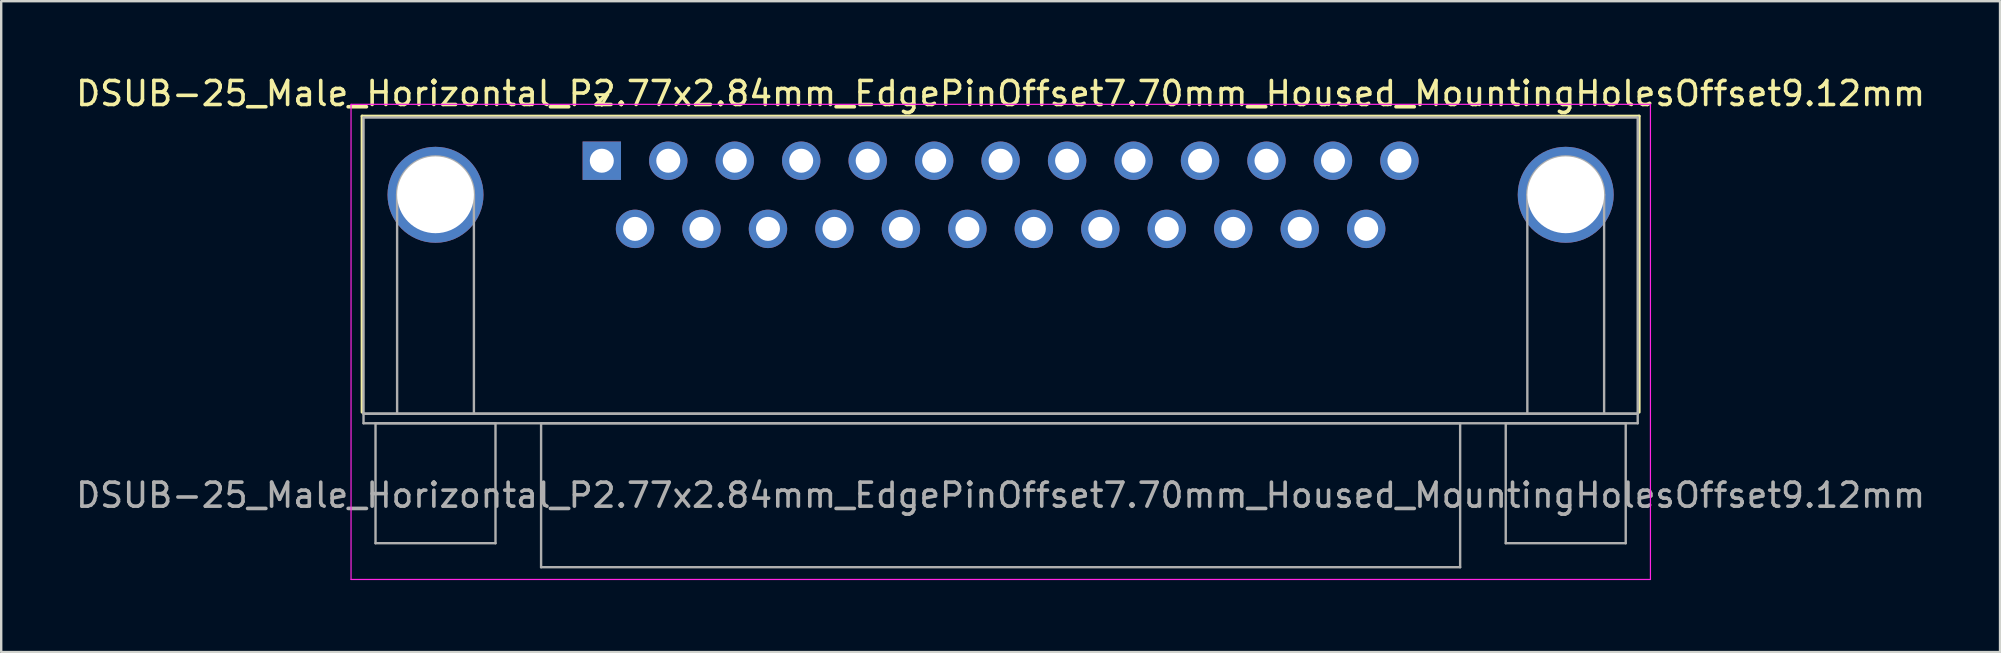
<source format=kicad_pcb>
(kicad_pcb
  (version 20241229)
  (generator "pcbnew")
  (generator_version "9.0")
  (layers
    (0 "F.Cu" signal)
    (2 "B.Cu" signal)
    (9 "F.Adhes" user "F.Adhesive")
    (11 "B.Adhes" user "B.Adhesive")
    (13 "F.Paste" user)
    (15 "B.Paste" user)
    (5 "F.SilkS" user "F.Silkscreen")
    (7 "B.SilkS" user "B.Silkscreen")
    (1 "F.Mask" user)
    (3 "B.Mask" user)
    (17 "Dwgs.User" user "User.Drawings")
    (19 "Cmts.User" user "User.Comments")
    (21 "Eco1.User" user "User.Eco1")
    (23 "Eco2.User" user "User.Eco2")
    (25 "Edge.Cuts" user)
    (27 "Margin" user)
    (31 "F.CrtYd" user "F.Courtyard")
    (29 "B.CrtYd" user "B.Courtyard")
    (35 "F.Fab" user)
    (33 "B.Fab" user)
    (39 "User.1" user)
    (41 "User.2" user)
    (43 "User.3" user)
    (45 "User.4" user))
  (footprint "DSUB-25_Male_Horizontal_P2.77x2.84mm_EdgePinOffset7.70mm_Housed_MountingHolesOffset9.12mm"
    (layer "F.Cu")
    (at 22.029 3.648)
    (property "Reference" "DSUB-25_Male_Horizontal_P2.77x2.84mm_EdgePinOffset7.70mm_Housed_MountingHolesOffset9.12mm" (at 16.62 -2.8 0) (layer "F.SilkS") (effects (font (size 1 1) (thickness 0.15))))
    (attr through_hole)
    (fp_line (start -9.99 -1.86) (end 43.23 -1.86) (stroke (width 0.12) (type solid)) (layer "F.SilkS"))
    (fp_line (start -9.99 10.48) (end -9.99 -1.86) (stroke (width 0.12) (type solid)) (layer "F.SilkS"))
    (fp_line (start -0.25 -2.754) (end 0.25 -2.754) (stroke (width 0.12) (type solid)) (layer "F.SilkS"))
    (fp_line (start 0 -2.321) (end -0.25 -2.754) (stroke (width 0.12) (type solid)) (layer "F.SilkS"))
    (fp_line (start 0.25 -2.754) (end 0 -2.321) (stroke (width 0.12) (type solid)) (layer "F.SilkS"))
    (fp_line (start 43.23 -1.86) (end 43.23 10.48) (stroke (width 0.12) (type solid)) (layer "F.SilkS"))
    (fp_line (start -10.45 -2.35) (end -10.45 17.45) (stroke (width 0.05) (type solid)) (layer "F.CrtYd"))
    (fp_line (start -10.45 17.45) (end 43.7 17.45) (stroke (width 0.05) (type solid)) (layer "F.CrtYd"))
    (fp_line (start 43.7 -2.35) (end -10.45 -2.35) (stroke (width 0.05) (type solid)) (layer "F.CrtYd"))
    (fp_line (start 43.7 17.45) (end 43.7 -2.35) (stroke (width 0.05) (type solid)) (layer "F.CrtYd"))
    (fp_line (start -9.93 -1.8) (end -9.93 10.54) (stroke (width 0.1) (type solid)) (layer "F.Fab"))
    (fp_line (start -9.93 10.54) (end -9.93 10.94) (stroke (width 0.1) (type solid)) (layer "F.Fab"))
    (fp_line (start -9.93 10.54) (end 43.17 10.54) (stroke (width 0.1) (type solid)) (layer "F.Fab"))
    (fp_line (start -9.93 10.94) (end 43.17 10.94) (stroke (width 0.1) (type solid)) (layer "F.Fab"))
    (fp_line (start -9.43 10.94) (end -9.43 15.94) (stroke (width 0.1) (type solid)) (layer "F.Fab"))
    (fp_line (start -9.43 15.94) (end -4.43 15.94) (stroke (width 0.1) (type solid)) (layer "F.Fab"))
    (fp_line (start -8.53 10.54) (end -8.53 1.42) (stroke (width 0.1) (type solid)) (layer "F.Fab"))
    (fp_line (start -5.33 10.54) (end -5.33 1.42) (stroke (width 0.1) (type solid)) (layer "F.Fab"))
    (fp_line (start -4.43 10.94) (end -9.43 10.94) (stroke (width 0.1) (type solid)) (layer "F.Fab"))
    (fp_line (start -4.43 15.94) (end -4.43 10.94) (stroke (width 0.1) (type solid)) (layer "F.Fab"))
    (fp_line (start -2.53 10.94) (end -2.53 16.94) (stroke (width 0.1) (type solid)) (layer "F.Fab"))
    (fp_line (start -2.53 16.94) (end 35.77 16.94) (stroke (width 0.1) (type solid)) (layer "F.Fab"))
    (fp_line (start 35.77 10.94) (end -2.53 10.94) (stroke (width 0.1) (type solid)) (layer "F.Fab"))
    (fp_line (start 35.77 16.94) (end 35.77 10.94) (stroke (width 0.1) (type solid)) (layer "F.Fab"))
    (fp_line (start 37.67 10.94) (end 37.67 15.94) (stroke (width 0.1) (type solid)) (layer "F.Fab"))
    (fp_line (start 37.67 15.94) (end 42.67 15.94) (stroke (width 0.1) (type solid)) (layer "F.Fab"))
    (fp_line (start 38.57 10.54) (end 38.57 1.42) (stroke (width 0.1) (type solid)) (layer "F.Fab"))
    (fp_line (start 41.77 10.54) (end 41.77 1.42) (stroke (width 0.1) (type solid)) (layer "F.Fab"))
    (fp_line (start 42.67 10.94) (end 37.67 10.94) (stroke (width 0.1) (type solid)) (layer "F.Fab"))
    (fp_line (start 42.67 15.94) (end 42.67 10.94) (stroke (width 0.1) (type solid)) (layer "F.Fab"))
    (fp_line (start 43.17 -1.8) (end -9.93 -1.8) (stroke (width 0.1) (type solid)) (layer "F.Fab"))
    (fp_line (start 43.17 10.54) (end -9.93 10.54) (stroke (width 0.1) (type solid)) (layer "F.Fab"))
    (fp_line (start 43.17 10.54) (end 43.17 -1.8) (stroke (width 0.1) (type solid)) (layer "F.Fab"))
    (fp_line (start 43.17 10.94) (end 43.17 10.54) (stroke (width 0.1) (type solid)) (layer "F.Fab"))
    (fp_arc (start -8.53 1.42) (mid -6.93 -0.18) (end -5.33 1.42) (stroke (width 0.1) (type solid)) (layer "F.Fab"))
    (fp_arc (start 38.57 1.42) (mid 40.17 -0.18) (end 41.77 1.42) (stroke (width 0.1) (type solid)) (layer "F.Fab"))
    (fp_text user "${REFERENCE}" (at 16.62 13.94 0) (layer "F.Fab") (effects (font (size 1 1) (thickness 0.15))))
    (pad "0" thru_hole circle (at -6.93 1.42) (size 4 4) (drill 3.2) (layers "*.Cu" "*.Mask"))
    (pad "0" thru_hole circle (at 40.17 1.42) (size 4 4) (drill 3.2) (layers "*.Cu" "*.Mask"))
    (pad "1" thru_hole rect (at 0 0) (size 1.6 1.6) (drill 1) (layers "*.Cu" "*.Mask"))
    (pad "2" thru_hole circle (at 2.77 0) (size 1.6 1.6) (drill 1) (layers "*.Cu" "*.Mask"))
    (pad "3" thru_hole circle (at 5.54 0) (size 1.6 1.6) (drill 1) (layers "*.Cu" "*.Mask"))
    (pad "4" thru_hole circle (at 8.31 0) (size 1.6 1.6) (drill 1) (layers "*.Cu" "*.Mask"))
    (pad "5" thru_hole circle (at 11.08 0) (size 1.6 1.6) (drill 1) (layers "*.Cu" "*.Mask"))
    (pad "6" thru_hole circle (at 13.85 0) (size 1.6 1.6) (drill 1) (layers "*.Cu" "*.Mask"))
    (pad "7" thru_hole circle (at 16.62 0) (size 1.6 1.6) (drill 1) (layers "*.Cu" "*.Mask"))
    (pad "8" thru_hole circle (at 19.39 0) (size 1.6 1.6) (drill 1) (layers "*.Cu" "*.Mask"))
    (pad "9" thru_hole circle (at 22.16 0) (size 1.6 1.6) (drill 1) (layers "*.Cu" "*.Mask"))
    (pad "10" thru_hole circle (at 24.93 0) (size 1.6 1.6) (drill 1) (layers "*.Cu" "*.Mask"))
    (pad "11" thru_hole circle (at 27.7 0) (size 1.6 1.6) (drill 1) (layers "*.Cu" "*.Mask"))
    (pad "12" thru_hole circle (at 30.47 0) (size 1.6 1.6) (drill 1) (layers "*.Cu" "*.Mask"))
    (pad "13" thru_hole circle (at 33.24 0) (size 1.6 1.6) (drill 1) (layers "*.Cu" "*.Mask"))
    (pad "14" thru_hole circle (at 1.385 2.84) (size 1.6 1.6) (drill 1) (layers "*.Cu" "*.Mask"))
    (pad "15" thru_hole circle (at 4.155 2.84) (size 1.6 1.6) (drill 1) (layers "*.Cu" "*.Mask"))
    (pad "16" thru_hole circle (at 6.925 2.84) (size 1.6 1.6) (drill 1) (layers "*.Cu" "*.Mask"))
    (pad "17" thru_hole circle (at 9.695 2.84) (size 1.6 1.6) (drill 1) (layers "*.Cu" "*.Mask"))
    (pad "18" thru_hole circle (at 12.465 2.84) (size 1.6 1.6) (drill 1) (layers "*.Cu" "*.Mask"))
    (pad "19" thru_hole circle (at 15.235 2.84) (size 1.6 1.6) (drill 1) (layers "*.Cu" "*.Mask"))
    (pad "20" thru_hole circle (at 18.005 2.84) (size 1.6 1.6) (drill 1) (layers "*.Cu" "*.Mask"))
    (pad "21" thru_hole circle (at 20.775 2.84) (size 1.6 1.6) (drill 1) (layers "*.Cu" "*.Mask"))
    (pad "22" thru_hole circle (at 23.545 2.84) (size 1.6 1.6) (drill 1) (layers "*.Cu" "*.Mask"))
    (pad "23" thru_hole circle (at 26.315 2.84) (size 1.6 1.6) (drill 1) (layers "*.Cu" "*.Mask"))
    (pad "24" thru_hole circle (at 29.085 2.84) (size 1.6 1.6) (drill 1) (layers "*.Cu" "*.Mask"))
    (pad "25" thru_hole circle (at 31.855 2.84) (size 1.6 1.6) (drill 1) (layers "*.Cu" "*.Mask")))
  (gr_rect
    (start -3 -3)
    (end 80.298 24.123)
    (stroke (width 0.1) (type default))
    (fill no)
    (layer "Edge.Cuts")))
</source>
